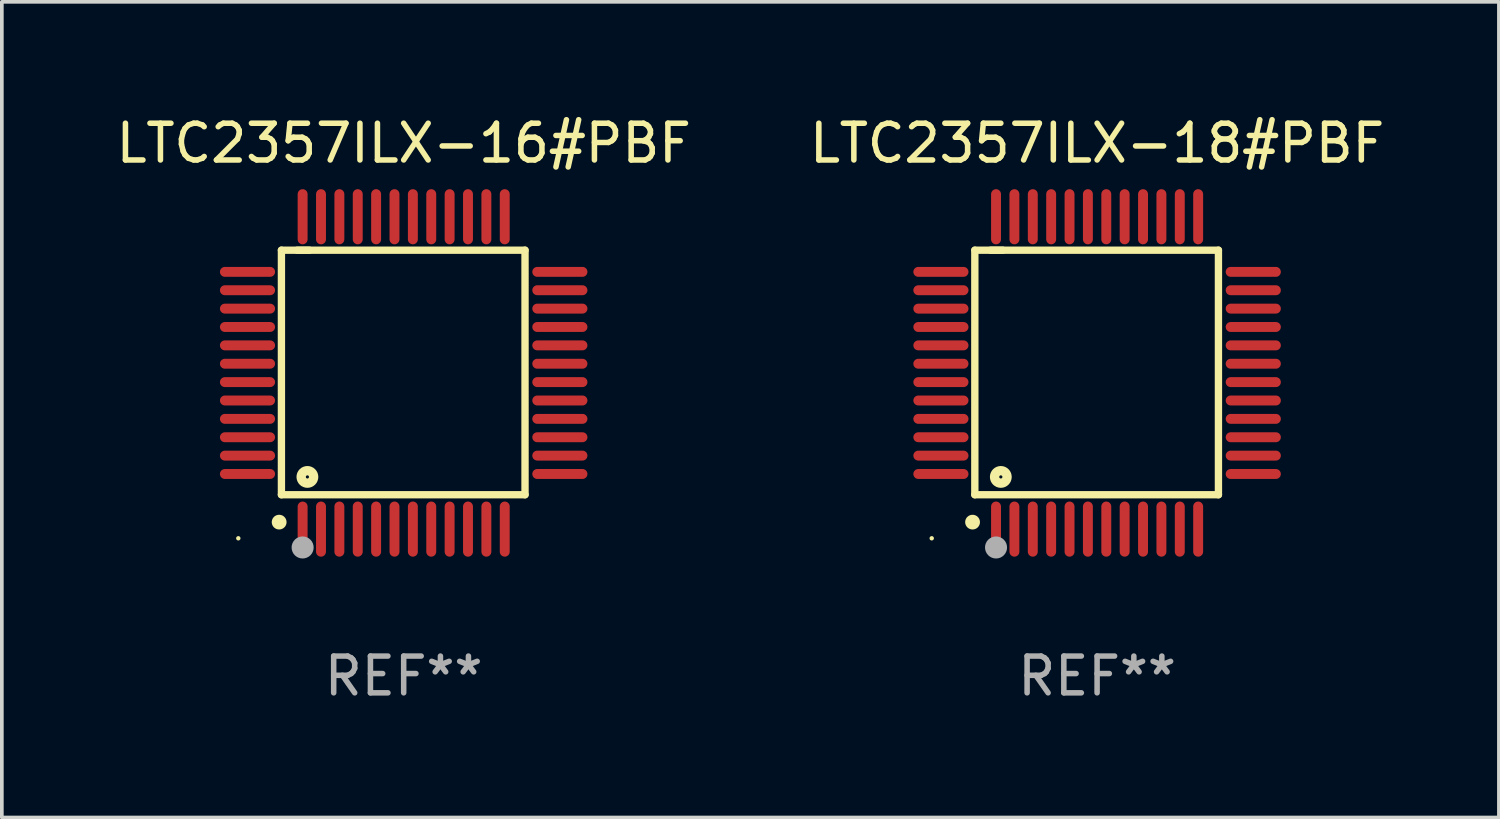
<source format=kicad_pcb>
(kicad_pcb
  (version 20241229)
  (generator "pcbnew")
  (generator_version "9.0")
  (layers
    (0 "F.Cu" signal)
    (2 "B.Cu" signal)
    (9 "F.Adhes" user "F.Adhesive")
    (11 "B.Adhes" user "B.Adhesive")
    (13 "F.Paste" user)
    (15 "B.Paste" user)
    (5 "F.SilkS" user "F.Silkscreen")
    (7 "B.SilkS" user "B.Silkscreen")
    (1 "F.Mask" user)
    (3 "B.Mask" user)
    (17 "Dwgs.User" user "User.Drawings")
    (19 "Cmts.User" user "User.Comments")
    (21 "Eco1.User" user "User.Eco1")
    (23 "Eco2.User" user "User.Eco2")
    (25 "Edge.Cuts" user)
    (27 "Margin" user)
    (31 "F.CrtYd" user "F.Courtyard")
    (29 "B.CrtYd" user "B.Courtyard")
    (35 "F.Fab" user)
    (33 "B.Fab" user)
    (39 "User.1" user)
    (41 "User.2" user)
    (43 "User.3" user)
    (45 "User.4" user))
  (footprint "LTC2357ILX-16#PBF"
    (layer "F.Cu")
    (at 7.935 7.098)
    (property "Reference" "LTC2357ILX-16#PBF" (at 0 -6.25 0) (layer "F.SilkS") (effects (font (size 1 1) (thickness 0.15))))
    (attr through_hole)
    (fp_line (start -3.327 -3.34) (end -2.565 -3.34) (stroke (width 0.2) (type solid)) (layer "F.SilkS"))
    (fp_line (start -3.327 3.315) (end -3.327 -3.34) (stroke (width 0.2) (type solid)) (layer "F.SilkS"))
    (fp_line (start -2.896 -3.34) (end 3.302 -3.34) (stroke (width 0.2) (type solid)) (layer "F.SilkS"))
    (fp_line (start 3.302 -3.34) (end 3.302 3.315) (stroke (width 0.2) (type solid)) (layer "F.SilkS"))
    (fp_line (start 3.302 3.315) (end -3.327 3.315) (stroke (width 0.2) (type solid)) (layer "F.SilkS"))
    (fp_arc (start -3.389992 4.059995) (mid -3.388722 4.059991) (end -3.387452 4.059995) (stroke (width 0.4) (type solid)) (layer "F.SilkS"))
    (fp_circle (center -4.5 4.5) (end -4.47 4.5) (stroke (width 0.06) (type solid)) (fill no) (layer "F.SilkS"))
    (fp_circle (center -2.62 2.83) (end -2.45 2.83) (stroke (width 0.254) (type solid)) (fill no) (layer "F.SilkS"))
    (fp_circle (center -2.75 4.75) (end -2.6 4.75) (stroke (width 0.3) (type solid)) (fill no) (layer "F.Fab"))
    (fp_text user "REF**" (at 0 8.25 0) (layer "F.Fab") (effects (font (size 1 1) (thickness 0.15))))
    (pad "1" smd oval (at -2.75 4.25) (size 0.27 1.5) (layers "F.Cu" "F.Mask" "F.Paste"))
    (pad "2" smd oval (at -2.25 4.25) (size 0.27 1.5) (layers "F.Cu" "F.Mask" "F.Paste"))
    (pad "3" smd oval (at -1.75 4.25) (size 0.27 1.5) (layers "F.Cu" "F.Mask" "F.Paste"))
    (pad "4" smd oval (at -1.25 4.25) (size 0.27 1.5) (layers "F.Cu" "F.Mask" "F.Paste"))
    (pad "5" smd oval (at -0.75 4.25) (size 0.27 1.5) (layers "F.Cu" "F.Mask" "F.Paste"))
    (pad "6" smd oval (at -0.25 4.25) (size 0.27 1.5) (layers "F.Cu" "F.Mask" "F.Paste"))
    (pad "7" smd oval (at 0.25 4.25) (size 0.27 1.5) (layers "F.Cu" "F.Mask" "F.Paste"))
    (pad "8" smd oval (at 0.75 4.25) (size 0.27 1.5) (layers "F.Cu" "F.Mask" "F.Paste"))
    (pad "9" smd oval (at 1.25 4.25) (size 0.27 1.5) (layers "F.Cu" "F.Mask" "F.Paste"))
    (pad "10" smd oval (at 1.75 4.25) (size 0.27 1.5) (layers "F.Cu" "F.Mask" "F.Paste"))
    (pad "11" smd oval (at 2.25 4.25) (size 0.27 1.5) (layers "F.Cu" "F.Mask" "F.Paste"))
    (pad "12" smd oval (at 2.75 4.25) (size 0.27 1.5) (layers "F.Cu" "F.Mask" "F.Paste"))
    (pad "13" smd oval (at 4.25 2.75) (size 1.5 0.27) (layers "F.Cu" "F.Mask" "F.Paste"))
    (pad "14" smd oval (at 4.25 2.25) (size 1.5 0.27) (layers "F.Cu" "F.Mask" "F.Paste"))
    (pad "15" smd oval (at 4.25 1.75) (size 1.5 0.27) (layers "F.Cu" "F.Mask" "F.Paste"))
    (pad "16" smd oval (at 4.25 1.25) (size 1.5 0.27) (layers "F.Cu" "F.Mask" "F.Paste"))
    (pad "17" smd oval (at 4.25 0.75) (size 1.5 0.27) (layers "F.Cu" "F.Mask" "F.Paste"))
    (pad "18" smd oval (at 4.25 0.25) (size 1.5 0.27) (layers "F.Cu" "F.Mask" "F.Paste"))
    (pad "19" smd oval (at 4.25 -0.25) (size 1.5 0.27) (layers "F.Cu" "F.Mask" "F.Paste"))
    (pad "20" smd oval (at 4.25 -0.75) (size 1.5 0.27) (layers "F.Cu" "F.Mask" "F.Paste"))
    (pad "21" smd oval (at 4.25 -1.25) (size 1.5 0.27) (layers "F.Cu" "F.Mask" "F.Paste"))
    (pad "22" smd oval (at 4.25 -1.75) (size 1.5 0.27) (layers "F.Cu" "F.Mask" "F.Paste"))
    (pad "23" smd oval (at 4.25 -2.25) (size 1.5 0.27) (layers "F.Cu" "F.Mask" "F.Paste"))
    (pad "24" smd oval (at 4.25 -2.75) (size 1.5 0.27) (layers "F.Cu" "F.Mask" "F.Paste"))
    (pad "25" smd oval (at 2.75 -4.25) (size 0.27 1.5) (layers "F.Cu" "F.Mask" "F.Paste"))
    (pad "26" smd oval (at 2.25 -4.25) (size 0.27 1.5) (layers "F.Cu" "F.Mask" "F.Paste"))
    (pad "27" smd oval (at 1.75 -4.25) (size 0.27 1.5) (layers "F.Cu" "F.Mask" "F.Paste"))
    (pad "28" smd oval (at 1.25 -4.25) (size 0.27 1.5) (layers "F.Cu" "F.Mask" "F.Paste"))
    (pad "29" smd oval (at 0.75 -4.25) (size 0.27 1.5) (layers "F.Cu" "F.Mask" "F.Paste"))
    (pad "30" smd oval (at 0.25 -4.25) (size 0.27 1.5) (layers "F.Cu" "F.Mask" "F.Paste"))
    (pad "31" smd oval (at -0.25 -4.25) (size 0.27 1.5) (layers "F.Cu" "F.Mask" "F.Paste"))
    (pad "32" smd oval (at -0.75 -4.25) (size 0.27 1.5) (layers "F.Cu" "F.Mask" "F.Paste"))
    (pad "33" smd oval (at -1.25 -4.25) (size 0.27 1.5) (layers "F.Cu" "F.Mask" "F.Paste"))
    (pad "34" smd oval (at -1.75 -4.25) (size 0.27 1.5) (layers "F.Cu" "F.Mask" "F.Paste"))
    (pad "35" smd oval (at -2.25 -4.25) (size 0.27 1.5) (layers "F.Cu" "F.Mask" "F.Paste"))
    (pad "36" smd oval (at -2.75 -4.25) (size 0.27 1.5) (layers "F.Cu" "F.Mask" "F.Paste"))
    (pad "37" smd oval (at -4.25 -2.75) (size 1.5 0.27) (layers "F.Cu" "F.Mask" "F.Paste"))
    (pad "38" smd oval (at -4.25 -2.25) (size 1.5 0.27) (layers "F.Cu" "F.Mask" "F.Paste"))
    (pad "39" smd oval (at -4.25 -1.75) (size 1.5 0.27) (layers "F.Cu" "F.Mask" "F.Paste"))
    (pad "40" smd oval (at -4.25 -1.25) (size 1.5 0.27) (layers "F.Cu" "F.Mask" "F.Paste"))
    (pad "41" smd oval (at -4.25 -0.75) (size 1.5 0.27) (layers "F.Cu" "F.Mask" "F.Paste"))
    (pad "42" smd oval (at -4.25 -0.25) (size 1.5 0.27) (layers "F.Cu" "F.Mask" "F.Paste"))
    (pad "43" smd oval (at -4.25 0.25) (size 1.5 0.27) (layers "F.Cu" "F.Mask" "F.Paste"))
    (pad "44" smd oval (at -4.25 0.75) (size 1.5 0.27) (layers "F.Cu" "F.Mask" "F.Paste"))
    (pad "45" smd oval (at -4.25 1.25) (size 1.5 0.27) (layers "F.Cu" "F.Mask" "F.Paste"))
    (pad "46" smd oval (at -4.25 1.75) (size 1.5 0.27) (layers "F.Cu" "F.Mask" "F.Paste"))
    (pad "47" smd oval (at -4.25 2.25) (size 1.5 0.27) (layers "F.Cu" "F.Mask" "F.Paste"))
    (pad "48" smd oval (at -4.25 2.75) (size 1.5 0.27) (layers "F.Cu" "F.Mask" "F.Paste")))
  (footprint "LTC2357ILX-18#PBF"
    (layer "F.Cu")
    (at 26.804 7.098)
    (property "Reference" "LTC2357ILX-18#PBF" (at 0 -6.25 0) (layer "F.SilkS") (effects (font (size 1 1) (thickness 0.15))))
    (attr through_hole)
    (fp_line (start -3.327 -3.34) (end -2.565 -3.34) (stroke (width 0.2) (type solid)) (layer "F.SilkS"))
    (fp_line (start -3.327 3.315) (end -3.327 -3.34) (stroke (width 0.2) (type solid)) (layer "F.SilkS"))
    (fp_line (start -2.896 -3.34) (end 3.302 -3.34) (stroke (width 0.2) (type solid)) (layer "F.SilkS"))
    (fp_line (start 3.302 -3.34) (end 3.302 3.315) (stroke (width 0.2) (type solid)) (layer "F.SilkS"))
    (fp_line (start 3.302 3.315) (end -3.327 3.315) (stroke (width 0.2) (type solid)) (layer "F.SilkS"))
    (fp_arc (start -3.389992 4.059995) (mid -3.388722 4.059991) (end -3.387452 4.059995) (stroke (width 0.4) (type solid)) (layer "F.SilkS"))
    (fp_circle (center -4.5 4.5) (end -4.47 4.5) (stroke (width 0.06) (type solid)) (fill no) (layer "F.SilkS"))
    (fp_circle (center -2.62 2.83) (end -2.45 2.83) (stroke (width 0.254) (type solid)) (fill no) (layer "F.SilkS"))
    (fp_circle (center -2.75 4.75) (end -2.6 4.75) (stroke (width 0.3) (type solid)) (fill no) (layer "F.Fab"))
    (fp_text user "REF**" (at 0 8.25 0) (layer "F.Fab") (effects (font (size 1 1) (thickness 0.15))))
    (pad "1" smd oval (at -2.75 4.25) (size 0.27 1.5) (layers "F.Cu" "F.Mask" "F.Paste"))
    (pad "2" smd oval (at -2.25 4.25) (size 0.27 1.5) (layers "F.Cu" "F.Mask" "F.Paste"))
    (pad "3" smd oval (at -1.75 4.25) (size 0.27 1.5) (layers "F.Cu" "F.Mask" "F.Paste"))
    (pad "4" smd oval (at -1.25 4.25) (size 0.27 1.5) (layers "F.Cu" "F.Mask" "F.Paste"))
    (pad "5" smd oval (at -0.75 4.25) (size 0.27 1.5) (layers "F.Cu" "F.Mask" "F.Paste"))
    (pad "6" smd oval (at -0.25 4.25) (size 0.27 1.5) (layers "F.Cu" "F.Mask" "F.Paste"))
    (pad "7" smd oval (at 0.25 4.25) (size 0.27 1.5) (layers "F.Cu" "F.Mask" "F.Paste"))
    (pad "8" smd oval (at 0.75 4.25) (size 0.27 1.5) (layers "F.Cu" "F.Mask" "F.Paste"))
    (pad "9" smd oval (at 1.25 4.25) (size 0.27 1.5) (layers "F.Cu" "F.Mask" "F.Paste"))
    (pad "10" smd oval (at 1.75 4.25) (size 0.27 1.5) (layers "F.Cu" "F.Mask" "F.Paste"))
    (pad "11" smd oval (at 2.25 4.25) (size 0.27 1.5) (layers "F.Cu" "F.Mask" "F.Paste"))
    (pad "12" smd oval (at 2.75 4.25) (size 0.27 1.5) (layers "F.Cu" "F.Mask" "F.Paste"))
    (pad "13" smd oval (at 4.25 2.75) (size 1.5 0.27) (layers "F.Cu" "F.Mask" "F.Paste"))
    (pad "14" smd oval (at 4.25 2.25) (size 1.5 0.27) (layers "F.Cu" "F.Mask" "F.Paste"))
    (pad "15" smd oval (at 4.25 1.75) (size 1.5 0.27) (layers "F.Cu" "F.Mask" "F.Paste"))
    (pad "16" smd oval (at 4.25 1.25) (size 1.5 0.27) (layers "F.Cu" "F.Mask" "F.Paste"))
    (pad "17" smd oval (at 4.25 0.75) (size 1.5 0.27) (layers "F.Cu" "F.Mask" "F.Paste"))
    (pad "18" smd oval (at 4.25 0.25) (size 1.5 0.27) (layers "F.Cu" "F.Mask" "F.Paste"))
    (pad "19" smd oval (at 4.25 -0.25) (size 1.5 0.27) (layers "F.Cu" "F.Mask" "F.Paste"))
    (pad "20" smd oval (at 4.25 -0.75) (size 1.5 0.27) (layers "F.Cu" "F.Mask" "F.Paste"))
    (pad "21" smd oval (at 4.25 -1.25) (size 1.5 0.27) (layers "F.Cu" "F.Mask" "F.Paste"))
    (pad "22" smd oval (at 4.25 -1.75) (size 1.5 0.27) (layers "F.Cu" "F.Mask" "F.Paste"))
    (pad "23" smd oval (at 4.25 -2.25) (size 1.5 0.27) (layers "F.Cu" "F.Mask" "F.Paste"))
    (pad "24" smd oval (at 4.25 -2.75) (size 1.5 0.27) (layers "F.Cu" "F.Mask" "F.Paste"))
    (pad "25" smd oval (at 2.75 -4.25) (size 0.27 1.5) (layers "F.Cu" "F.Mask" "F.Paste"))
    (pad "26" smd oval (at 2.25 -4.25) (size 0.27 1.5) (layers "F.Cu" "F.Mask" "F.Paste"))
    (pad "27" smd oval (at 1.75 -4.25) (size 0.27 1.5) (layers "F.Cu" "F.Mask" "F.Paste"))
    (pad "28" smd oval (at 1.25 -4.25) (size 0.27 1.5) (layers "F.Cu" "F.Mask" "F.Paste"))
    (pad "29" smd oval (at 0.75 -4.25) (size 0.27 1.5) (layers "F.Cu" "F.Mask" "F.Paste"))
    (pad "30" smd oval (at 0.25 -4.25) (size 0.27 1.5) (layers "F.Cu" "F.Mask" "F.Paste"))
    (pad "31" smd oval (at -0.25 -4.25) (size 0.27 1.5) (layers "F.Cu" "F.Mask" "F.Paste"))
    (pad "32" smd oval (at -0.75 -4.25) (size 0.27 1.5) (layers "F.Cu" "F.Mask" "F.Paste"))
    (pad "33" smd oval (at -1.25 -4.25) (size 0.27 1.5) (layers "F.Cu" "F.Mask" "F.Paste"))
    (pad "34" smd oval (at -1.75 -4.25) (size 0.27 1.5) (layers "F.Cu" "F.Mask" "F.Paste"))
    (pad "35" smd oval (at -2.25 -4.25) (size 0.27 1.5) (layers "F.Cu" "F.Mask" "F.Paste"))
    (pad "36" smd oval (at -2.75 -4.25) (size 0.27 1.5) (layers "F.Cu" "F.Mask" "F.Paste"))
    (pad "37" smd oval (at -4.25 -2.75) (size 1.5 0.27) (layers "F.Cu" "F.Mask" "F.Paste"))
    (pad "38" smd oval (at -4.25 -2.25) (size 1.5 0.27) (layers "F.Cu" "F.Mask" "F.Paste"))
    (pad "39" smd oval (at -4.25 -1.75) (size 1.5 0.27) (layers "F.Cu" "F.Mask" "F.Paste"))
    (pad "40" smd oval (at -4.25 -1.25) (size 1.5 0.27) (layers "F.Cu" "F.Mask" "F.Paste"))
    (pad "41" smd oval (at -4.25 -0.75) (size 1.5 0.27) (layers "F.Cu" "F.Mask" "F.Paste"))
    (pad "42" smd oval (at -4.25 -0.25) (size 1.5 0.27) (layers "F.Cu" "F.Mask" "F.Paste"))
    (pad "43" smd oval (at -4.25 0.25) (size 1.5 0.27) (layers "F.Cu" "F.Mask" "F.Paste"))
    (pad "44" smd oval (at -4.25 0.75) (size 1.5 0.27) (layers "F.Cu" "F.Mask" "F.Paste"))
    (pad "45" smd oval (at -4.25 1.25) (size 1.5 0.27) (layers "F.Cu" "F.Mask" "F.Paste"))
    (pad "46" smd oval (at -4.25 1.75) (size 1.5 0.27) (layers "F.Cu" "F.Mask" "F.Paste"))
    (pad "47" smd oval (at -4.25 2.25) (size 1.5 0.27) (layers "F.Cu" "F.Mask" "F.Paste"))
    (pad "48" smd oval (at -4.25 2.75) (size 1.5 0.27) (layers "F.Cu" "F.Mask" "F.Paste")))
  (gr_rect
    (start -3 -3)
    (end 37.738 19.196)
    (stroke (width 0.1) (type default))
    (fill no)
    (layer "Edge.Cuts")))
</source>
